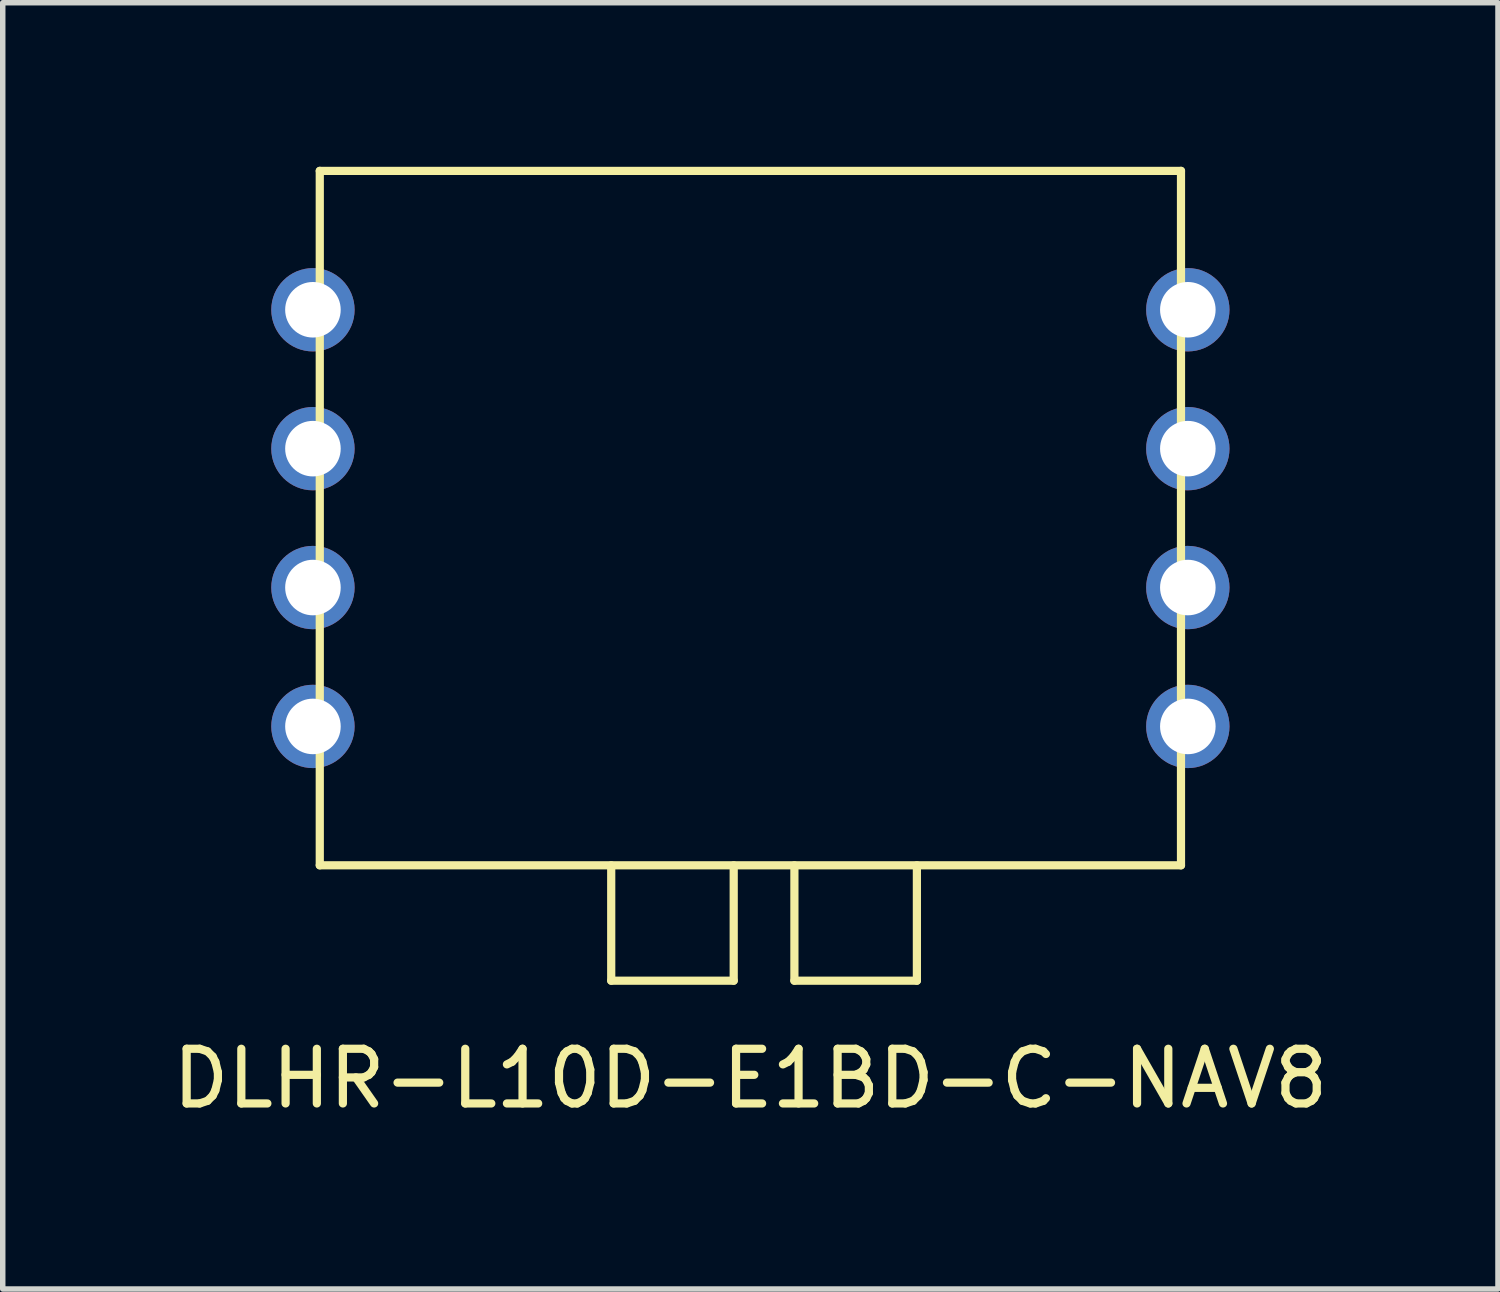
<source format=kicad_pcb>
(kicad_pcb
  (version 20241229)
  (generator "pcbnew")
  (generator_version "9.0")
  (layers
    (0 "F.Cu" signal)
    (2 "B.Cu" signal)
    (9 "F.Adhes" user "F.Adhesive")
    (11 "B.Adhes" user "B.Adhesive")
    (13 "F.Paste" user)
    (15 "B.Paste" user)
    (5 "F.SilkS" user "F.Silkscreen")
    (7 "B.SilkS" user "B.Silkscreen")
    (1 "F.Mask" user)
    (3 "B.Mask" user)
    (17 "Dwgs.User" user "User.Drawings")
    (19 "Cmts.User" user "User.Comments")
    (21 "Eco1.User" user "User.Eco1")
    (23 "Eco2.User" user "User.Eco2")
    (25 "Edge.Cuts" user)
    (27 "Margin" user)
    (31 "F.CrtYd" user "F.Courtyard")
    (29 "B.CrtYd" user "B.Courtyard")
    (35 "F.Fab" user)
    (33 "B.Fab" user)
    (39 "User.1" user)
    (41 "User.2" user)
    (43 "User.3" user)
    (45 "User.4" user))
  (footprint "DLHR-L10D-E1BD-C-NAV8"
    (layer "F.Cu")
    (at 10.673 6.425)
    (property "Reference" "DLHR-L10D-E1BD-C-NAV8" (at 0 10.25 0) (layer "F.SilkS") (effects (font (size 1 1) (thickness 0.15))))
    (attr through_hole)
    (fp_line (start -7.875 -6.35) (end -7.875 6.35) (stroke (width 0.15) (type solid)) (layer "F.SilkS"))
    (fp_line (start -7.875 -6.35) (end 7.875 -6.35) (stroke (width 0.15) (type solid)) (layer "F.SilkS"))
    (fp_line (start -2.545 6.35) (end -2.545 8.46) (stroke (width 0.15) (type solid)) (layer "F.SilkS"))
    (fp_line (start -2.545 8.46) (end -0.305 8.46) (stroke (width 0.15) (type solid)) (layer "F.SilkS"))
    (fp_line (start -0.305 8.46) (end -0.305 6.35) (stroke (width 0.15) (type solid)) (layer "F.SilkS"))
    (fp_line (start 0.805 6.35) (end 0.805 8.46) (stroke (width 0.15) (type solid)) (layer "F.SilkS"))
    (fp_line (start 0.805 8.46) (end 3.045 8.46) (stroke (width 0.15) (type solid)) (layer "F.SilkS"))
    (fp_line (start 3.045 8.46) (end 3.045 6.35) (stroke (width 0.15) (type solid)) (layer "F.SilkS"))
    (fp_line (start 7.875 -6.35) (end 7.875 6.35) (stroke (width 0.15) (type solid)) (layer "F.SilkS"))
    (fp_line (start 7.875 6.35) (end -7.875 6.35) (stroke (width 0.15) (type solid)) (layer "F.SilkS"))
    (pad "1" thru_hole circle (at -8 -3.81) (size 1.524 1.524) (drill 1.016) (layers "*.Cu" "*.Mask"))
    (pad "2" thru_hole circle (at -8 -1.27) (size 1.524 1.524) (drill 1.016) (layers "*.Cu" "*.Mask"))
    (pad "3" thru_hole circle (at -8 1.27) (size 1.524 1.524) (drill 1.016) (layers "*.Cu" "*.Mask"))
    (pad "4" thru_hole circle (at -8 3.81) (size 1.524 1.524) (drill 1.016) (layers "*.Cu" "*.Mask"))
    (pad "5" thru_hole circle (at 8 3.81) (size 1.524 1.524) (drill 1.016) (layers "*.Cu" "*.Mask"))
    (pad "6" thru_hole circle (at 8 1.27) (size 1.524 1.524) (drill 1.016) (layers "*.Cu" "*.Mask"))
    (pad "7" thru_hole circle (at 8 -1.27) (size 1.524 1.524) (drill 1.016) (layers "*.Cu" "*.Mask"))
    (pad "8" thru_hole circle (at 8 -3.81) (size 1.524 1.524) (drill 1.016) (layers "*.Cu" "*.Mask")))
  (gr_rect
    (start -3 -3)
    (end 24.345 20.523)
    (stroke (width 0.1) (type default))
    (fill no)
    (layer "Edge.Cuts")))
</source>
